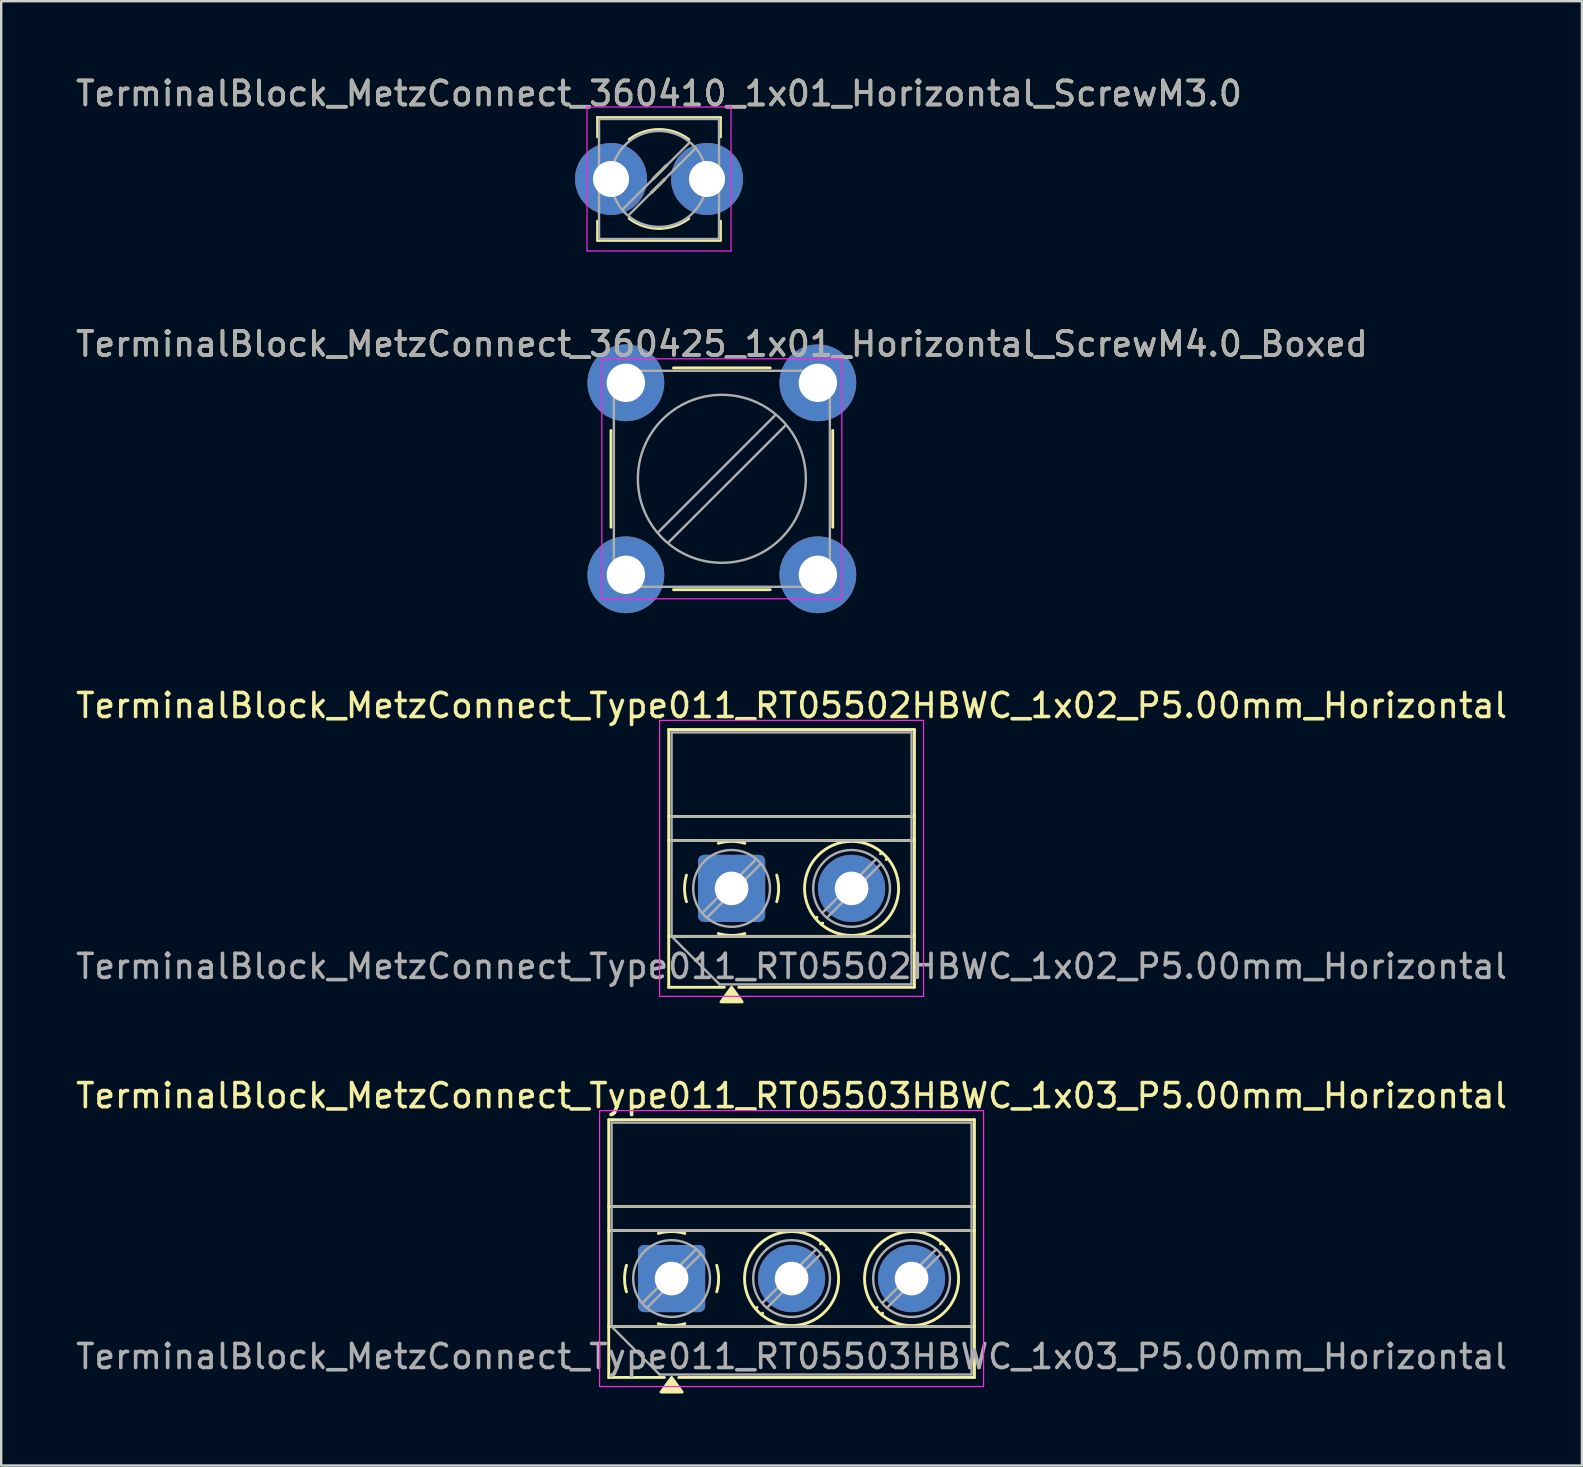
<source format=kicad_pcb>
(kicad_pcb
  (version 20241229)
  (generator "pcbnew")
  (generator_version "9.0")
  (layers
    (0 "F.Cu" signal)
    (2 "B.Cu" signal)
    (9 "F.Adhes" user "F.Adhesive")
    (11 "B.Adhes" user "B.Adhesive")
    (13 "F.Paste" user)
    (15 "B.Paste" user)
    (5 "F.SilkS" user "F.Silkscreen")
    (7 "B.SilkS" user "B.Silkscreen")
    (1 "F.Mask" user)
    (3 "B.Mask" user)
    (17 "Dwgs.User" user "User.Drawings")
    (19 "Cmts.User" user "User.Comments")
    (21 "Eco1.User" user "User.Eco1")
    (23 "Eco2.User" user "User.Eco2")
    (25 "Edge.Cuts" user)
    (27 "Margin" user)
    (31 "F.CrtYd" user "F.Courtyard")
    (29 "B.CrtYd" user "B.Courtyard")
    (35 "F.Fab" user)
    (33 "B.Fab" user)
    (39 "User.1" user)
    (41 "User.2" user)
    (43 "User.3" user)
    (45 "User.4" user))
  (footprint "TerminalBlock_MetzConnect_Type011_RT05502HBWC_1x02_P5.00mm_Horizontal"
    (layer "F.Cu")
    (at 27.435 33.97)
    (property "Reference" "TerminalBlock_MetzConnect_Type011_RT05502HBWC_1x02_P5.00mm_Horizontal" (at 2.5 -7.62 0) (layer "F.SilkS") (effects (font (size 1 1) (thickness 0.15))))
    (attr through_hole)
    (fp_line (start -2.62 -6.62) (end -2.62 4.12) (stroke (width 0.12) (type solid)) (layer "F.SilkS"))
    (fp_line (start -2.62 -6.62) (end 7.62 -6.62) (stroke (width 0.12) (type solid)) (layer "F.SilkS"))
    (fp_line (start -2.62 -3) (end 7.62 -3) (stroke (width 0.12) (type solid)) (layer "F.SilkS"))
    (fp_line (start -2.62 -2) (end 7.62 -2) (stroke (width 0.12) (type solid)) (layer "F.SilkS"))
    (fp_line (start -2.62 2) (end 7.62 2) (stroke (width 0.12) (type solid)) (layer "F.SilkS"))
    (fp_line (start -2.62 4.12) (end -0.3 4.12) (stroke (width 0.12) (type solid)) (layer "F.SilkS"))
    (fp_line (start 0.3 4.12) (end 7.62 4.12) (stroke (width 0.12) (type solid)) (layer "F.SilkS"))
    (fp_line (start 3.556 1.204) (end 3.513 1.247) (stroke (width 0.12) (type solid)) (layer "F.SilkS"))
    (fp_line (start 3.795 1.443) (end 3.752 1.486) (stroke (width 0.12) (type solid)) (layer "F.SilkS"))
    (fp_line (start 6.247 -1.486) (end 6.204 -1.443) (stroke (width 0.12) (type solid)) (layer "F.SilkS"))
    (fp_line (start 6.487 -1.247) (end 6.444 -1.204) (stroke (width 0.12) (type solid)) (layer "F.SilkS"))
    (fp_line (start 7.62 -6.62) (end 7.62 4.12) (stroke (width 0.12) (type solid)) (layer "F.SilkS"))
    (fp_arc (start -1.88 0.554) (mid -1.959928 -0.000246) (end -1.879861 -0.554472) (stroke (width 0.12) (type solid)) (layer "F.SilkS"))
    (fp_arc (start -0.554 -1.88) (mid 0.000246 -1.959928) (end 0.554472 -1.879861) (stroke (width 0.12) (type solid)) (layer "F.SilkS"))
    (fp_arc (start 0.554 1.88) (mid -0.000246 1.959928) (end -0.554472 1.879861) (stroke (width 0.12) (type solid)) (layer "F.SilkS"))
    (fp_arc (start 1.88 -0.554) (mid 1.959928 0.000246) (end 1.879861 0.554472) (stroke (width 0.12) (type solid)) (layer "F.SilkS"))
    (fp_circle (center 5 0) (end 6.96 0) (stroke (width 0.12) (type solid)) (fill no) (layer "F.SilkS"))
    (fp_poly (pts (xy 0 4.12) (xy 0.44 4.73) (xy -0.44 4.73) (xy 0 4.12)) (stroke (width 0.12) (type solid)) (fill yes) (layer "F.SilkS"))
    (fp_line (start -3 -7) (end -3 4.5) (stroke (width 0.05) (type solid)) (layer "F.CrtYd"))
    (fp_line (start -3 4.5) (end 8 4.5) (stroke (width 0.05) (type solid)) (layer "F.CrtYd"))
    (fp_line (start 8 -7) (end -3 -7) (stroke (width 0.05) (type solid)) (layer "F.CrtYd"))
    (fp_line (start 8 4.5) (end 8 -7) (stroke (width 0.05) (type solid)) (layer "F.CrtYd"))
    (fp_line (start -2.5 -6.5) (end 7.5 -6.5) (stroke (width 0.1) (type solid)) (layer "F.Fab"))
    (fp_line (start -2.5 -3) (end 7.5 -3) (stroke (width 0.1) (type solid)) (layer "F.Fab"))
    (fp_line (start -2.5 -2) (end 7.5 -2) (stroke (width 0.1) (type solid)) (layer "F.Fab"))
    (fp_line (start -2.5 2) (end -2.5 -6.5) (stroke (width 0.1) (type solid)) (layer "F.Fab"))
    (fp_line (start -2.5 2) (end 7.5 2) (stroke (width 0.1) (type solid)) (layer "F.Fab"))
    (fp_line (start -0.5 4) (end -2.5 2) (stroke (width 0.1) (type solid)) (layer "F.Fab"))
    (fp_line (start 1.018 -1.213) (end -1.214 1.018) (stroke (width 0.1) (type solid)) (layer "F.Fab"))
    (fp_line (start 1.213 -1.018) (end -1.018 1.213) (stroke (width 0.1) (type solid)) (layer "F.Fab"))
    (fp_line (start 6.018 -1.213) (end 3.786 1.018) (stroke (width 0.1) (type solid)) (layer "F.Fab"))
    (fp_line (start 6.213 -1.018) (end 3.982 1.213) (stroke (width 0.1) (type solid)) (layer "F.Fab"))
    (fp_line (start 7.5 -6.5) (end 7.5 4) (stroke (width 0.1) (type solid)) (layer "F.Fab"))
    (fp_line (start 7.5 4) (end -0.5 4) (stroke (width 0.1) (type solid)) (layer "F.Fab"))
    (fp_circle (center 0 0) (end 1.6 0) (stroke (width 0.1) (type solid)) (fill no) (layer "F.Fab"))
    (fp_circle (center 5 0) (end 6.6 0) (stroke (width 0.1) (type solid)) (fill no) (layer "F.Fab"))
    (fp_text user "${REFERENCE}" (at 2.5 3.25 0) (layer "F.Fab") (effects (font (size 1 1) (thickness 0.15))))
    (pad "1" thru_hole roundrect (at 0 0) (size 2.8 2.8) (drill 1.4) (layers "*.Cu" "*.Mask") (roundrect_rratio 0.089))
    (pad "2" thru_hole circle (at 5 0) (size 2.8 2.8) (drill 1.4) (layers "*.Cu" "*.Mask")))
  (footprint "TerminalBlock_MetzConnect_360410_1x01_Horizontal_ScrewM3.0"
    (layer "F.Cu")
    (at 22.411 4.408)
    (property "Reference" "TerminalBlock_MetzConnect_360410_1x01_Horizontal_ScrewM3.0" (at 2 -3.56 0) (layer "F.SilkS") (effects (font (size 1 1) (thickness 0.15))))
    (attr through_hole)
    (fp_line (start -0.56 -2.56) (end -0.56 -1.755) (stroke (width 0.12) (type solid)) (layer "F.SilkS"))
    (fp_line (start -0.56 -2.56) (end 4.56 -2.56) (stroke (width 0.12) (type solid)) (layer "F.SilkS"))
    (fp_line (start -0.56 1.755) (end -0.56 2.56) (stroke (width 0.12) (type solid)) (layer "F.SilkS"))
    (fp_line (start -0.56 2.56) (end 4.56 2.56) (stroke (width 0.12) (type solid)) (layer "F.SilkS"))
    (fp_line (start 1.68 0.571) (end 1.68 0.571) (stroke (width 0.12) (type solid)) (layer "F.SilkS"))
    (fp_line (start 2.241 0.011) (end 1.708 0.543) (stroke (width 0.12) (type solid)) (layer "F.SilkS"))
    (fp_line (start 2.291 -0.543) (end 1.759 -0.011) (stroke (width 0.12) (type solid)) (layer "F.SilkS"))
    (fp_line (start 2.32 -0.572) (end 2.32 -0.572) (stroke (width 0.12) (type solid)) (layer "F.SilkS"))
    (fp_line (start 4.56 -2.56) (end 4.56 -1.755) (stroke (width 0.12) (type solid)) (layer "F.SilkS"))
    (fp_line (start 4.56 1.755) (end 4.56 2.56) (stroke (width 0.12) (type solid)) (layer "F.SilkS"))
    (fp_arc (start 0.759554 -1.645664) (mid 1.999721 -2.060805) (end 3.24 -1.646) (stroke (width 0.12) (type solid)) (layer "F.SilkS"))
    (fp_arc (start 2.034842 2.060314) (mid 1.362171 1.959409) (end 0.759 1.645) (stroke (width 0.12) (type solid)) (layer "F.SilkS"))
    (fp_arc (start 3.239739 1.645189) (mid 2.653648 1.953547) (end 2 2.06) (stroke (width 0.12) (type solid)) (layer "F.SilkS"))
    (fp_line (start -1 -3) (end -1 3) (stroke (width 0.05) (type solid)) (layer "F.CrtYd"))
    (fp_line (start -1 3) (end 5 3) (stroke (width 0.05) (type solid)) (layer "F.CrtYd"))
    (fp_line (start 5 -3) (end -1 -3) (stroke (width 0.05) (type solid)) (layer "F.CrtYd"))
    (fp_line (start 5 3) (end 5 -3) (stroke (width 0.05) (type solid)) (layer "F.CrtYd"))
    (fp_line (start -0.5 -2.5) (end -0.5 2.5) (stroke (width 0.1) (type solid)) (layer "F.Fab"))
    (fp_line (start -0.5 -2.5) (end 4.5 -2.5) (stroke (width 0.1) (type solid)) (layer "F.Fab"))
    (fp_line (start -0.5 2.5) (end 4.5 2.5) (stroke (width 0.1) (type solid)) (layer "F.Fab"))
    (fp_line (start 3.273 -1.517) (end 0.483 1.273) (stroke (width 0.1) (type solid)) (layer "F.Fab"))
    (fp_line (start 3.517 -1.273) (end 0.727 1.517) (stroke (width 0.1) (type solid)) (layer "F.Fab"))
    (fp_line (start 4.5 -2.5) (end 4.5 2.5) (stroke (width 0.1) (type solid)) (layer "F.Fab"))
    (fp_circle (center 2 0) (end 4 0) (stroke (width 0.1) (type solid)) (fill no) (layer "F.Fab"))
    (fp_text user "${REFERENCE}" (at 2 -3.56 0) (layer "F.Fab") (effects (font (size 1 1) (thickness 0.15))))
    (pad "1" thru_hole circle (at 0 0) (size 3 3) (drill 1.5) (layers "*.Cu" "*.Mask"))
    (pad "1" thru_hole circle (at 4 0) (size 3 3) (drill 1.5) (layers "*.Cu" "*.Mask")))
  (footprint "TerminalBlock_MetzConnect_360425_1x01_Horizontal_ScrewM4.0_Boxed"
    (layer "F.Cu")
    (at 23.03 12.902)
    (property "Reference" "TerminalBlock_MetzConnect_360425_1x01_Horizontal_ScrewM4.0_Boxed" (at 4 -1.62 0) (layer "F.SilkS") (effects (font (size 1 1) (thickness 0.15))))
    (attr through_hole)
    (fp_line (start -0.62 1.985) (end -0.62 6.015) (stroke (width 0.12) (type solid)) (layer "F.SilkS"))
    (fp_line (start 1.985 -0.62) (end 6.015 -0.62) (stroke (width 0.12) (type solid)) (layer "F.SilkS"))
    (fp_line (start 1.985 8.62) (end 6.015 8.62) (stroke (width 0.12) (type solid)) (layer "F.SilkS"))
    (fp_line (start 8.62 1.985) (end 8.62 6.015) (stroke (width 0.12) (type solid)) (layer "F.SilkS"))
    (fp_line (start -1 -1) (end -1 9) (stroke (width 0.05) (type solid)) (layer "F.CrtYd"))
    (fp_line (start -1 9) (end 9 9) (stroke (width 0.05) (type solid)) (layer "F.CrtYd"))
    (fp_line (start 9 -1) (end -1 -1) (stroke (width 0.05) (type solid)) (layer "F.CrtYd"))
    (fp_line (start 9 9) (end 9 -1) (stroke (width 0.05) (type solid)) (layer "F.CrtYd"))
    (fp_line (start -0.5 -0.5) (end -0.5 8.5) (stroke (width 0.1) (type solid)) (layer "F.Fab"))
    (fp_line (start -0.5 -0.5) (end 8.5 -0.5) (stroke (width 0.1) (type solid)) (layer "F.Fab"))
    (fp_line (start -0.5 8.5) (end 8.5 8.5) (stroke (width 0.1) (type solid)) (layer "F.Fab"))
    (fp_line (start 6.227 1.346) (end 1.345 6.227) (stroke (width 0.1) (type solid)) (layer "F.Fab"))
    (fp_line (start 6.654 1.773) (end 1.772 6.654) (stroke (width 0.1) (type solid)) (layer "F.Fab"))
    (fp_line (start 8.5 -0.5) (end 8.5 8.5) (stroke (width 0.1) (type solid)) (layer "F.Fab"))
    (fp_circle (center 4 4) (end 7.5 4) (stroke (width 0.1) (type solid)) (fill no) (layer "F.Fab"))
    (fp_text user "${REFERENCE}" (at 4 -1.62 0) (layer "F.Fab") (effects (font (size 1 1) (thickness 0.15))))
    (pad "1" thru_hole circle (at 0 0) (size 3.2 3.2) (drill 1.6) (layers "*.Cu" "*.Mask"))
    (pad "1" thru_hole circle (at 0 8) (size 3.2 3.2) (drill 1.6) (layers "*.Cu" "*.Mask"))
    (pad "1" thru_hole circle (at 8 0) (size 3.2 3.2) (drill 1.6) (layers "*.Cu" "*.Mask"))
    (pad "1" thru_hole circle (at 8 8) (size 3.2 3.2) (drill 1.6) (layers "*.Cu" "*.Mask")))
  (footprint "TerminalBlock_MetzConnect_Type011_RT05503HBWC_1x03_P5.00mm_Horizontal"
    (layer "F.Cu")
    (at 24.935 50.228)
    (property "Reference" "TerminalBlock_MetzConnect_Type011_RT05503HBWC_1x03_P5.00mm_Horizontal" (at 5 -7.62 0) (layer "F.SilkS") (effects (font (size 1 1) (thickness 0.15))))
    (attr through_hole)
    (fp_line (start -2.62 -6.62) (end -2.62 4.12) (stroke (width 0.12) (type solid)) (layer "F.SilkS"))
    (fp_line (start -2.62 -6.62) (end 12.62 -6.62) (stroke (width 0.12) (type solid)) (layer "F.SilkS"))
    (fp_line (start -2.62 -3) (end 12.62 -3) (stroke (width 0.12) (type solid)) (layer "F.SilkS"))
    (fp_line (start -2.62 -2) (end 12.62 -2) (stroke (width 0.12) (type solid)) (layer "F.SilkS"))
    (fp_line (start -2.62 2) (end 12.62 2) (stroke (width 0.12) (type solid)) (layer "F.SilkS"))
    (fp_line (start -2.62 4.12) (end -0.3 4.12) (stroke (width 0.12) (type solid)) (layer "F.SilkS"))
    (fp_line (start 0.3 4.12) (end 12.62 4.12) (stroke (width 0.12) (type solid)) (layer "F.SilkS"))
    (fp_line (start 3.556 1.204) (end 3.513 1.247) (stroke (width 0.12) (type solid)) (layer "F.SilkS"))
    (fp_line (start 3.795 1.443) (end 3.752 1.486) (stroke (width 0.12) (type solid)) (layer "F.SilkS"))
    (fp_line (start 6.247 -1.486) (end 6.204 -1.443) (stroke (width 0.12) (type solid)) (layer "F.SilkS"))
    (fp_line (start 6.487 -1.247) (end 6.444 -1.204) (stroke (width 0.12) (type solid)) (layer "F.SilkS"))
    (fp_line (start 8.556 1.204) (end 8.513 1.247) (stroke (width 0.12) (type solid)) (layer "F.SilkS"))
    (fp_line (start 8.795 1.443) (end 8.752 1.486) (stroke (width 0.12) (type solid)) (layer "F.SilkS"))
    (fp_line (start 11.247 -1.486) (end 11.204 -1.443) (stroke (width 0.12) (type solid)) (layer "F.SilkS"))
    (fp_line (start 11.487 -1.247) (end 11.444 -1.204) (stroke (width 0.12) (type solid)) (layer "F.SilkS"))
    (fp_line (start 12.62 -6.62) (end 12.62 4.12) (stroke (width 0.12) (type solid)) (layer "F.SilkS"))
    (fp_arc (start -1.88 0.554) (mid -1.959928 -0.000246) (end -1.879861 -0.554472) (stroke (width 0.12) (type solid)) (layer "F.SilkS"))
    (fp_arc (start -0.554 -1.88) (mid 0.000246 -1.959928) (end 0.554472 -1.879861) (stroke (width 0.12) (type solid)) (layer "F.SilkS"))
    (fp_arc (start 0.554 1.88) (mid -0.000246 1.959928) (end -0.554472 1.879861) (stroke (width 0.12) (type solid)) (layer "F.SilkS"))
    (fp_arc (start 1.88 -0.554) (mid 1.959928 0.000246) (end 1.879861 0.554472) (stroke (width 0.12) (type solid)) (layer "F.SilkS"))
    (fp_circle (center 5 0) (end 6.96 0) (stroke (width 0.12) (type solid)) (fill no) (layer "F.SilkS"))
    (fp_circle (center 10 0) (end 11.96 0) (stroke (width 0.12) (type solid)) (fill no) (layer "F.SilkS"))
    (fp_poly (pts (xy 0 4.12) (xy 0.44 4.73) (xy -0.44 4.73) (xy 0 4.12)) (stroke (width 0.12) (type solid)) (fill yes) (layer "F.SilkS"))
    (fp_line (start -3 -7) (end -3 4.5) (stroke (width 0.05) (type solid)) (layer "F.CrtYd"))
    (fp_line (start -3 4.5) (end 13 4.5) (stroke (width 0.05) (type solid)) (layer "F.CrtYd"))
    (fp_line (start 13 -7) (end -3 -7) (stroke (width 0.05) (type solid)) (layer "F.CrtYd"))
    (fp_line (start 13 4.5) (end 13 -7) (stroke (width 0.05) (type solid)) (layer "F.CrtYd"))
    (fp_line (start -2.5 -6.5) (end 12.5 -6.5) (stroke (width 0.1) (type solid)) (layer "F.Fab"))
    (fp_line (start -2.5 -3) (end 12.5 -3) (stroke (width 0.1) (type solid)) (layer "F.Fab"))
    (fp_line (start -2.5 -2) (end 12.5 -2) (stroke (width 0.1) (type solid)) (layer "F.Fab"))
    (fp_line (start -2.5 2) (end -2.5 -6.5) (stroke (width 0.1) (type solid)) (layer "F.Fab"))
    (fp_line (start -2.5 2) (end 12.5 2) (stroke (width 0.1) (type solid)) (layer "F.Fab"))
    (fp_line (start -0.5 4) (end -2.5 2) (stroke (width 0.1) (type solid)) (layer "F.Fab"))
    (fp_line (start 1.018 -1.213) (end -1.214 1.018) (stroke (width 0.1) (type solid)) (layer "F.Fab"))
    (fp_line (start 1.213 -1.018) (end -1.018 1.213) (stroke (width 0.1) (type solid)) (layer "F.Fab"))
    (fp_line (start 6.018 -1.213) (end 3.786 1.018) (stroke (width 0.1) (type solid)) (layer "F.Fab"))
    (fp_line (start 6.213 -1.018) (end 3.982 1.213) (stroke (width 0.1) (type solid)) (layer "F.Fab"))
    (fp_line (start 11.018 -1.213) (end 8.786 1.018) (stroke (width 0.1) (type solid)) (layer "F.Fab"))
    (fp_line (start 11.213 -1.018) (end 8.982 1.213) (stroke (width 0.1) (type solid)) (layer "F.Fab"))
    (fp_line (start 12.5 -6.5) (end 12.5 4) (stroke (width 0.1) (type solid)) (layer "F.Fab"))
    (fp_line (start 12.5 4) (end -0.5 4) (stroke (width 0.1) (type solid)) (layer "F.Fab"))
    (fp_circle (center 0 0) (end 1.6 0) (stroke (width 0.1) (type solid)) (fill no) (layer "F.Fab"))
    (fp_circle (center 5 0) (end 6.6 0) (stroke (width 0.1) (type solid)) (fill no) (layer "F.Fab"))
    (fp_circle (center 10 0) (end 11.6 0) (stroke (width 0.1) (type solid)) (fill no) (layer "F.Fab"))
    (fp_text user "${REFERENCE}" (at 5 3.25 0) (layer "F.Fab") (effects (font (size 1 1) (thickness 0.15))))
    (pad "1" thru_hole roundrect (at 0 0) (size 2.8 2.8) (drill 1.4) (layers "*.Cu" "*.Mask") (roundrect_rratio 0.089))
    (pad "2" thru_hole circle (at 5 0) (size 2.8 2.8) (drill 1.4) (layers "*.Cu" "*.Mask"))
    (pad "3" thru_hole circle (at 10 0) (size 2.8 2.8) (drill 1.4) (layers "*.Cu" "*.Mask")))
  (gr_rect
    (start -3 -3)
    (end 62.869 58.018)
    (stroke (width 0.1) (type default))
    (fill no)
    (layer "Edge.Cuts")))
</source>
